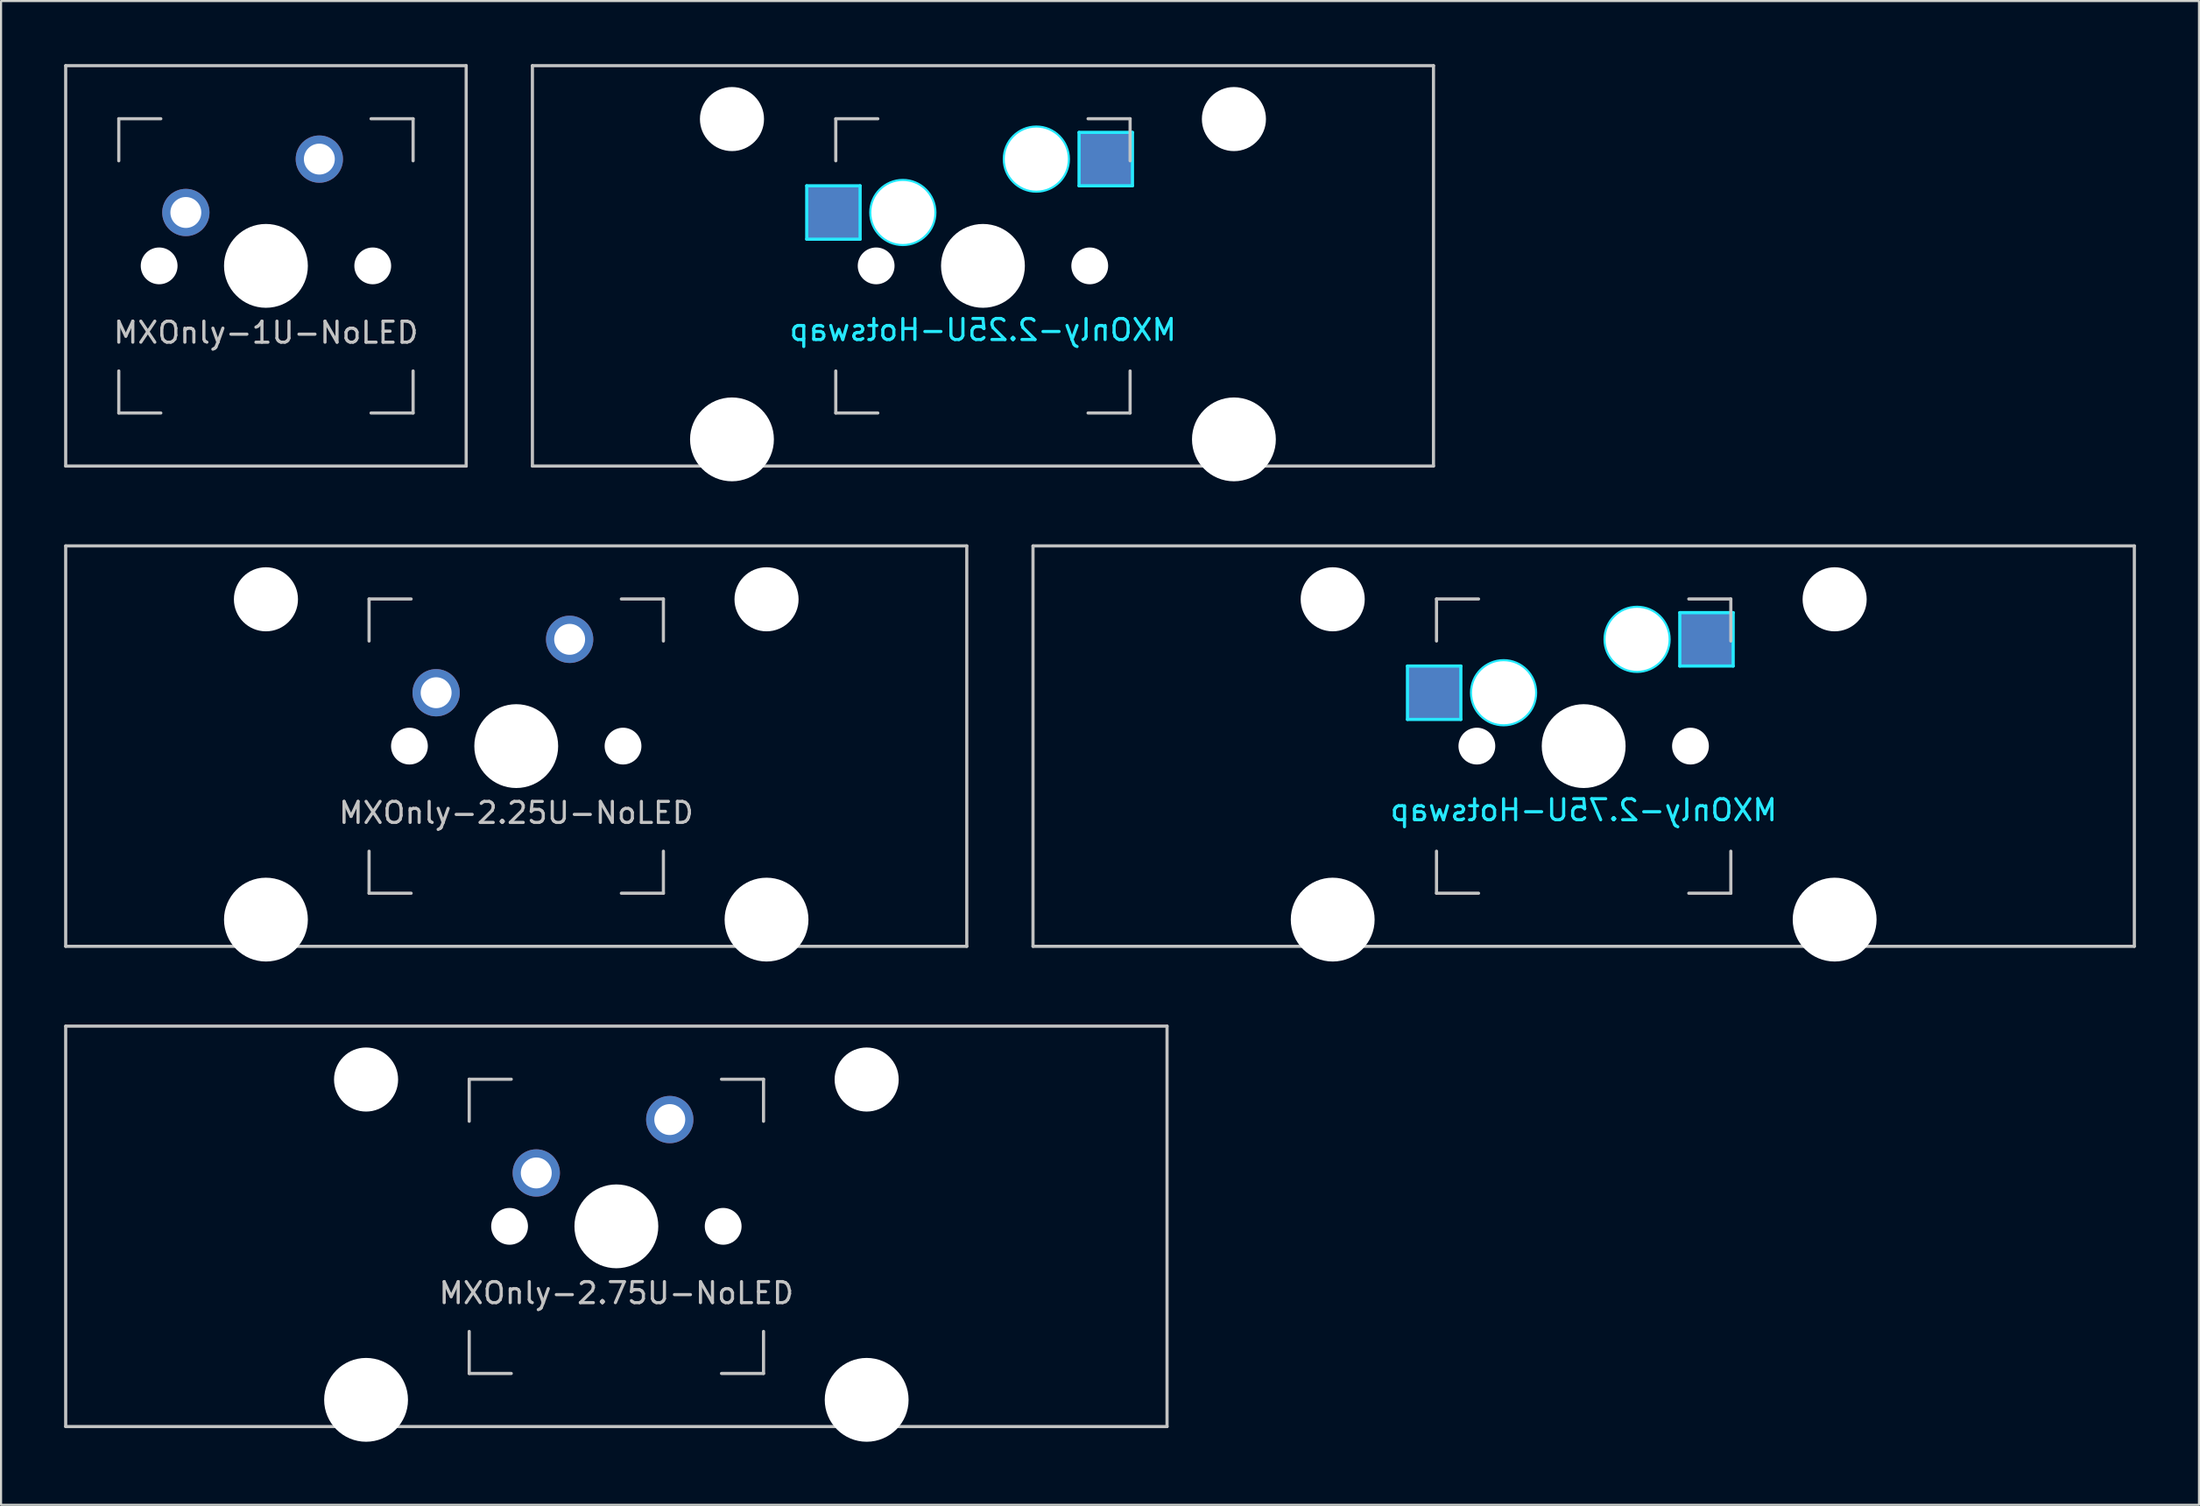
<source format=kicad_pcb>
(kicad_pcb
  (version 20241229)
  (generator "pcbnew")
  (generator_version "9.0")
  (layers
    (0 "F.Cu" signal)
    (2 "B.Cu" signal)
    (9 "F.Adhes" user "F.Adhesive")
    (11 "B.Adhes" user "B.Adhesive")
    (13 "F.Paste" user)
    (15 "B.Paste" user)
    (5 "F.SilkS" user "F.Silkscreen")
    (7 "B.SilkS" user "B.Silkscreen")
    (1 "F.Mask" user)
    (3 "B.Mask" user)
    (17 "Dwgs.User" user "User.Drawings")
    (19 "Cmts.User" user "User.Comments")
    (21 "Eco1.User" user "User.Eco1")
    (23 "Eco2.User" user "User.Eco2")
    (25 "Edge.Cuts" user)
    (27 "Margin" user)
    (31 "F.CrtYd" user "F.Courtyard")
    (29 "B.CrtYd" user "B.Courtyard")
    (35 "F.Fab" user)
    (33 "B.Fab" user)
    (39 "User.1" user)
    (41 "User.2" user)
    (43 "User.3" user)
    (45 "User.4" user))
  (footprint "MXOnly-2.25U-NoLED"
    (layer "F.Cu")
    (at 21.506 32.449)
    (property "Reference" "MXOnly-2.25U-NoLED" (at 0 3.175 0) (layer "Dwgs.User") (effects (font (size 1 1) (thickness 0.15))))
    (attr through_hole)
    (fp_line (start -21.431 -9.525) (end 21.431 -9.525) (stroke (width 0.15) (type solid)) (layer "Dwgs.User"))
    (fp_line (start -21.431 9.525) (end -21.431 -9.525) (stroke (width 0.15) (type solid)) (layer "Dwgs.User"))
    (fp_line (start -21.431 9.525) (end 21.431 9.525) (stroke (width 0.15) (type solid)) (layer "Dwgs.User"))
    (fp_line (start -7 -7) (end -7 -5) (stroke (width 0.15) (type solid)) (layer "Dwgs.User"))
    (fp_line (start -7 5) (end -7 7) (stroke (width 0.15) (type solid)) (layer "Dwgs.User"))
    (fp_line (start -7 7) (end -5 7) (stroke (width 0.15) (type solid)) (layer "Dwgs.User"))
    (fp_line (start -5 -7) (end -7 -7) (stroke (width 0.15) (type solid)) (layer "Dwgs.User"))
    (fp_line (start 5 -7) (end 7 -7) (stroke (width 0.15) (type solid)) (layer "Dwgs.User"))
    (fp_line (start 5 7) (end 7 7) (stroke (width 0.15) (type solid)) (layer "Dwgs.User"))
    (fp_line (start 7 -7) (end 7 -5) (stroke (width 0.15) (type solid)) (layer "Dwgs.User"))
    (fp_line (start 7 7) (end 7 5) (stroke (width 0.15) (type solid)) (layer "Dwgs.User"))
    (fp_line (start 21.431 -9.525) (end 21.431 9.525) (stroke (width 0.15) (type solid)) (layer "Dwgs.User"))
    (pad "" np_thru_hole circle (at -11.906 -6.985) (size 3.048 3.048) (drill 3.048) (layers "*.Cu" "*.Mask"))
    (pad "" np_thru_hole circle (at -11.906 8.255) (size 3.988 3.988) (drill 3.988) (layers "*.Cu" "*.Mask"))
    (pad "" np_thru_hole circle (at -5.08 0 48.1) (size 1.75 1.75) (drill 1.75) (layers "*.Cu" "*.Mask"))
    (pad "" np_thru_hole circle (at 0 0) (size 3.988 3.988) (drill 3.988) (layers "*.Cu" "*.Mask"))
    (pad "" np_thru_hole circle (at 5.08 0 48.1) (size 1.75 1.75) (drill 1.75) (layers "*.Cu" "*.Mask"))
    (pad "" np_thru_hole circle (at 11.906 -6.985) (size 3.048 3.048) (drill 3.048) (layers "*.Cu" "*.Mask"))
    (pad "" np_thru_hole circle (at 11.906 8.255) (size 3.988 3.988) (drill 3.988) (layers "*.Cu" "*.Mask"))
    (pad "1" thru_hole circle (at -3.81 -2.54) (size 2.25 2.25) (drill 1.47) (layers "*.Cu" "*.Mask"))
    (pad "2" thru_hole circle (at 2.54 -5.08) (size 2.25 2.25) (drill 1.47) (layers "*.Cu" "*.Mask")))
  (footprint "MXOnly-2.75U-NoLED"
    (layer "F.Cu")
    (at 26.269 55.298)
    (property "Reference" "MXOnly-2.75U-NoLED" (at 0 3.175 0) (layer "Dwgs.User") (effects (font (size 1 1) (thickness 0.15))))
    (attr through_hole)
    (fp_line (start -26.194 -9.525) (end 26.194 -9.525) (stroke (width 0.15) (type solid)) (layer "Dwgs.User"))
    (fp_line (start -26.194 9.525) (end -26.194 -9.525) (stroke (width 0.15) (type solid)) (layer "Dwgs.User"))
    (fp_line (start -26.194 9.525) (end 26.194 9.525) (stroke (width 0.15) (type solid)) (layer "Dwgs.User"))
    (fp_line (start -7 -7) (end -7 -5) (stroke (width 0.15) (type solid)) (layer "Dwgs.User"))
    (fp_line (start -7 5) (end -7 7) (stroke (width 0.15) (type solid)) (layer "Dwgs.User"))
    (fp_line (start -7 7) (end -5 7) (stroke (width 0.15) (type solid)) (layer "Dwgs.User"))
    (fp_line (start -5 -7) (end -7 -7) (stroke (width 0.15) (type solid)) (layer "Dwgs.User"))
    (fp_line (start 5 -7) (end 7 -7) (stroke (width 0.15) (type solid)) (layer "Dwgs.User"))
    (fp_line (start 5 7) (end 7 7) (stroke (width 0.15) (type solid)) (layer "Dwgs.User"))
    (fp_line (start 7 -7) (end 7 -5) (stroke (width 0.15) (type solid)) (layer "Dwgs.User"))
    (fp_line (start 7 7) (end 7 5) (stroke (width 0.15) (type solid)) (layer "Dwgs.User"))
    (fp_line (start 26.194 -9.525) (end 26.194 9.525) (stroke (width 0.15) (type solid)) (layer "Dwgs.User"))
    (pad "" np_thru_hole circle (at -11.906 -6.985) (size 3.048 3.048) (drill 3.048) (layers "*.Cu" "*.Mask"))
    (pad "" np_thru_hole circle (at -11.906 8.255) (size 3.988 3.988) (drill 3.988) (layers "*.Cu" "*.Mask"))
    (pad "" np_thru_hole circle (at -5.08 0 48.1) (size 1.75 1.75) (drill 1.75) (layers "*.Cu" "*.Mask"))
    (pad "" np_thru_hole circle (at 0 0) (size 3.988 3.988) (drill 3.988) (layers "*.Cu" "*.Mask"))
    (pad "" np_thru_hole circle (at 5.08 0 48.1) (size 1.75 1.75) (drill 1.75) (layers "*.Cu" "*.Mask"))
    (pad "" np_thru_hole circle (at 11.906 -6.985) (size 3.048 3.048) (drill 3.048) (layers "*.Cu" "*.Mask"))
    (pad "" np_thru_hole circle (at 11.906 8.255) (size 3.988 3.988) (drill 3.988) (layers "*.Cu" "*.Mask"))
    (pad "1" thru_hole circle (at -3.81 -2.54) (size 2.25 2.25) (drill 1.47) (layers "*.Cu" "*.Mask"))
    (pad "2" thru_hole circle (at 2.54 -5.08) (size 2.25 2.25) (drill 1.47) (layers "*.Cu" "*.Mask")))
  (footprint "MXOnly-2.75U-Hotswap"
    (layer "F.Cu")
    (at 72.281 32.449)
    (property "Reference" "MXOnly-2.75U-Hotswap" (at 0 3.048 0) (layer "B.CrtYd") (effects (font (size 1 1) (thickness 0.15)) (justify mirror)))
    (attr smd)
    (fp_line (start -26.194 -9.525) (end 26.194 -9.525) (stroke (width 0.15) (type solid)) (layer "Dwgs.User"))
    (fp_line (start -26.194 9.525) (end -26.194 -9.525) (stroke (width 0.15) (type solid)) (layer "Dwgs.User"))
    (fp_line (start -7 -7) (end -7 -5) (stroke (width 0.15) (type solid)) (layer "Dwgs.User"))
    (fp_line (start -7 5) (end -7 7) (stroke (width 0.15) (type solid)) (layer "Dwgs.User"))
    (fp_line (start -7 7) (end -5 7) (stroke (width 0.15) (type solid)) (layer "Dwgs.User"))
    (fp_line (start -5 -7) (end -7 -7) (stroke (width 0.15) (type solid)) (layer "Dwgs.User"))
    (fp_line (start 5 -7) (end 7 -7) (stroke (width 0.15) (type solid)) (layer "Dwgs.User"))
    (fp_line (start 5 7) (end 7 7) (stroke (width 0.15) (type solid)) (layer "Dwgs.User"))
    (fp_line (start 7 -7) (end 7 -5) (stroke (width 0.15) (type solid)) (layer "Dwgs.User"))
    (fp_line (start 7 7) (end 7 5) (stroke (width 0.15) (type solid)) (layer "Dwgs.User"))
    (fp_line (start 26.194 -9.525) (end 26.194 9.525) (stroke (width 0.15) (type solid)) (layer "Dwgs.User"))
    (fp_line (start 26.194 9.525) (end -26.194 9.525) (stroke (width 0.15) (type solid)) (layer "Dwgs.User"))
    (fp_line (start -8.382 -3.81) (end -5.842 -3.81) (stroke (width 0.15) (type solid)) (layer "B.CrtYd"))
    (fp_line (start -8.382 -1.27) (end -8.382 -3.81) (stroke (width 0.15) (type solid)) (layer "B.CrtYd"))
    (fp_line (start -5.842 -3.81) (end -5.842 -1.27) (stroke (width 0.15) (type solid)) (layer "B.CrtYd"))
    (fp_line (start -5.842 -1.27) (end -8.382 -1.27) (stroke (width 0.15) (type solid)) (layer "B.CrtYd"))
    (fp_line (start 4.572 -6.35) (end 7.112 -6.35) (stroke (width 0.15) (type solid)) (layer "B.CrtYd"))
    (fp_line (start 4.572 -3.81) (end 4.572 -6.35) (stroke (width 0.15) (type solid)) (layer "B.CrtYd"))
    (fp_line (start 7.112 -6.35) (end 7.112 -3.81) (stroke (width 0.15) (type solid)) (layer "B.CrtYd"))
    (fp_line (start 7.112 -3.81) (end 4.572 -3.81) (stroke (width 0.15) (type solid)) (layer "B.CrtYd"))
    (fp_circle (center -3.81 -2.54) (end -3.81 -4.064) (stroke (width 0.15) (type solid)) (fill no) (layer "B.CrtYd"))
    (fp_circle (center 2.54 -5.08) (end 2.54 -6.604) (stroke (width 0.15) (type solid)) (fill no) (layer "B.CrtYd"))
    (pad "" np_thru_hole circle (at -11.938 -6.985) (size 3.048 3.048) (drill 3.048) (layers "*.Cu" "*.Mask"))
    (pad "" np_thru_hole circle (at -11.938 8.255) (size 3.988 3.988) (drill 3.988) (layers "*.Cu" "*.Mask"))
    (pad "" np_thru_hole circle (at -5.08 0 48.1) (size 1.75 1.75) (drill 1.75) (layers "*.Cu" "*.Mask"))
    (pad "" np_thru_hole circle (at -3.81 -2.54) (size 3 3) (drill 3) (layers "*.Cu" "*.Mask"))
    (pad "" np_thru_hole circle (at 0 0) (size 3.988 3.988) (drill 3.988) (layers "*.Cu" "*.Mask"))
    (pad "" np_thru_hole circle (at 2.54 -5.08) (size 3 3) (drill 3) (layers "*.Cu" "*.Mask"))
    (pad "" np_thru_hole circle (at 5.08 0 48.1) (size 1.75 1.75) (drill 1.75) (layers "*.Cu" "*.Mask"))
    (pad "" np_thru_hole circle (at 11.938 -6.985) (size 3.048 3.048) (drill 3.048) (layers "*.Cu" "*.Mask"))
    (pad "" np_thru_hole circle (at 11.938 8.255) (size 3.988 3.988) (drill 3.988) (layers "*.Cu" "*.Mask"))
    (pad "1" smd rect (at -7.085 -2.54) (size 2.55 2.5) (layers "B.Cu" "B.Mask" "B.Paste"))
    (pad "2" smd rect (at 5.842 -5.08) (size 2.55 2.5) (layers "B.Cu" "B.Mask" "B.Paste")))
  (footprint "MXOnly-1U-NoLED"
    (layer "F.Cu")
    (at 9.6 9.6)
    (property "Reference" "MXOnly-1U-NoLED" (at 0 3.175 0) (layer "Dwgs.User") (effects (font (size 1 1) (thickness 0.15))))
    (attr through_hole)
    (fp_line (start -9.525 -9.525) (end 9.525 -9.525) (stroke (width 0.15) (type solid)) (layer "Dwgs.User"))
    (fp_line (start -9.525 9.525) (end -9.525 -9.525) (stroke (width 0.15) (type solid)) (layer "Dwgs.User"))
    (fp_line (start -7 -7) (end -7 -5) (stroke (width 0.15) (type solid)) (layer "Dwgs.User"))
    (fp_line (start -7 5) (end -7 7) (stroke (width 0.15) (type solid)) (layer "Dwgs.User"))
    (fp_line (start -7 7) (end -5 7) (stroke (width 0.15) (type solid)) (layer "Dwgs.User"))
    (fp_line (start -5 -7) (end -7 -7) (stroke (width 0.15) (type solid)) (layer "Dwgs.User"))
    (fp_line (start 5 -7) (end 7 -7) (stroke (width 0.15) (type solid)) (layer "Dwgs.User"))
    (fp_line (start 5 7) (end 7 7) (stroke (width 0.15) (type solid)) (layer "Dwgs.User"))
    (fp_line (start 7 -7) (end 7 -5) (stroke (width 0.15) (type solid)) (layer "Dwgs.User"))
    (fp_line (start 7 7) (end 7 5) (stroke (width 0.15) (type solid)) (layer "Dwgs.User"))
    (fp_line (start 9.525 -9.525) (end 9.525 9.525) (stroke (width 0.15) (type solid)) (layer "Dwgs.User"))
    (fp_line (start 9.525 9.525) (end -9.525 9.525) (stroke (width 0.15) (type solid)) (layer "Dwgs.User"))
    (pad "" np_thru_hole circle (at -5.08 0 48.1) (size 1.75 1.75) (drill 1.75) (layers "*.Cu" "*.Mask"))
    (pad "" np_thru_hole circle (at 0 0) (size 3.988 3.988) (drill 3.988) (layers "*.Cu" "*.Mask"))
    (pad "" np_thru_hole circle (at 5.08 0 48.1) (size 1.75 1.75) (drill 1.75) (layers "*.Cu" "*.Mask"))
    (pad "1" thru_hole circle (at -3.81 -2.54) (size 2.25 2.25) (drill 1.47) (layers "*.Cu" "*.Mask"))
    (pad "2" thru_hole circle (at 2.54 -5.08) (size 2.25 2.25) (drill 1.47) (layers "*.Cu" "*.Mask")))
  (footprint "MXOnly-2.25U-Hotswap"
    (layer "F.Cu")
    (at 43.706 9.6)
    (property "Reference" "MXOnly-2.25U-Hotswap" (at 0 3.048 0) (layer "B.CrtYd") (effects (font (size 1 1) (thickness 0.15)) (justify mirror)))
    (attr smd)
    (fp_line (start -21.431 -9.525) (end 21.431 -9.525) (stroke (width 0.15) (type solid)) (layer "Dwgs.User"))
    (fp_line (start -21.431 9.525) (end -21.431 -9.525) (stroke (width 0.15) (type solid)) (layer "Dwgs.User"))
    (fp_line (start -7 -7) (end -7 -5) (stroke (width 0.15) (type solid)) (layer "Dwgs.User"))
    (fp_line (start -7 5) (end -7 7) (stroke (width 0.15) (type solid)) (layer "Dwgs.User"))
    (fp_line (start -7 7) (end -5 7) (stroke (width 0.15) (type solid)) (layer "Dwgs.User"))
    (fp_line (start -5 -7) (end -7 -7) (stroke (width 0.15) (type solid)) (layer "Dwgs.User"))
    (fp_line (start 5 -7) (end 7 -7) (stroke (width 0.15) (type solid)) (layer "Dwgs.User"))
    (fp_line (start 5 7) (end 7 7) (stroke (width 0.15) (type solid)) (layer "Dwgs.User"))
    (fp_line (start 7 -7) (end 7 -5) (stroke (width 0.15) (type solid)) (layer "Dwgs.User"))
    (fp_line (start 7 7) (end 7 5) (stroke (width 0.15) (type solid)) (layer "Dwgs.User"))
    (fp_line (start 21.431 -9.525) (end 21.431 9.525) (stroke (width 0.15) (type solid)) (layer "Dwgs.User"))
    (fp_line (start 21.431 9.525) (end -21.431 9.525) (stroke (width 0.15) (type solid)) (layer "Dwgs.User"))
    (fp_line (start -8.382 -3.81) (end -5.842 -3.81) (stroke (width 0.15) (type solid)) (layer "B.CrtYd"))
    (fp_line (start -8.382 -1.27) (end -8.382 -3.81) (stroke (width 0.15) (type solid)) (layer "B.CrtYd"))
    (fp_line (start -5.842 -3.81) (end -5.842 -1.27) (stroke (width 0.15) (type solid)) (layer "B.CrtYd"))
    (fp_line (start -5.842 -1.27) (end -8.382 -1.27) (stroke (width 0.15) (type solid)) (layer "B.CrtYd"))
    (fp_line (start 4.572 -6.35) (end 7.112 -6.35) (stroke (width 0.15) (type solid)) (layer "B.CrtYd"))
    (fp_line (start 4.572 -3.81) (end 4.572 -6.35) (stroke (width 0.15) (type solid)) (layer "B.CrtYd"))
    (fp_line (start 7.112 -6.35) (end 7.112 -3.81) (stroke (width 0.15) (type solid)) (layer "B.CrtYd"))
    (fp_line (start 7.112 -3.81) (end 4.572 -3.81) (stroke (width 0.15) (type solid)) (layer "B.CrtYd"))
    (fp_circle (center -3.81 -2.54) (end -3.81 -4.064) (stroke (width 0.15) (type solid)) (fill no) (layer "B.CrtYd"))
    (fp_circle (center 2.54 -5.08) (end 2.54 -6.604) (stroke (width 0.15) (type solid)) (fill no) (layer "B.CrtYd"))
    (pad "" np_thru_hole circle (at -11.938 -6.985) (size 3.048 3.048) (drill 3.048) (layers "*.Cu" "*.Mask"))
    (pad "" np_thru_hole circle (at -11.938 8.255) (size 3.988 3.988) (drill 3.988) (layers "*.Cu" "*.Mask"))
    (pad "" np_thru_hole circle (at -5.08 0 48.1) (size 1.75 1.75) (drill 1.75) (layers "*.Cu" "*.Mask"))
    (pad "" np_thru_hole circle (at -3.81 -2.54) (size 3 3) (drill 3) (layers "*.Cu" "*.Mask"))
    (pad "" np_thru_hole circle (at 0 0) (size 3.988 3.988) (drill 3.988) (layers "*.Cu" "*.Mask"))
    (pad "" np_thru_hole circle (at 2.54 -5.08) (size 3 3) (drill 3) (layers "*.Cu" "*.Mask"))
    (pad "" np_thru_hole circle (at 5.08 0 48.1) (size 1.75 1.75) (drill 1.75) (layers "*.Cu" "*.Mask"))
    (pad "" np_thru_hole circle (at 11.938 -6.985) (size 3.048 3.048) (drill 3.048) (layers "*.Cu" "*.Mask"))
    (pad "" np_thru_hole circle (at 11.938 8.255) (size 3.988 3.988) (drill 3.988) (layers "*.Cu" "*.Mask"))
    (pad "1" smd rect (at -7.085 -2.54) (size 2.55 2.5) (layers "B.Cu" "B.Mask" "B.Paste"))
    (pad "2" smd rect (at 5.842 -5.08) (size 2.55 2.5) (layers "B.Cu" "B.Mask" "B.Paste")))
  (gr_rect
    (start -3 -3)
    (end 101.55 68.547)
    (stroke (width 0.1) (type default))
    (fill no)
    (layer "Edge.Cuts")))
</source>
